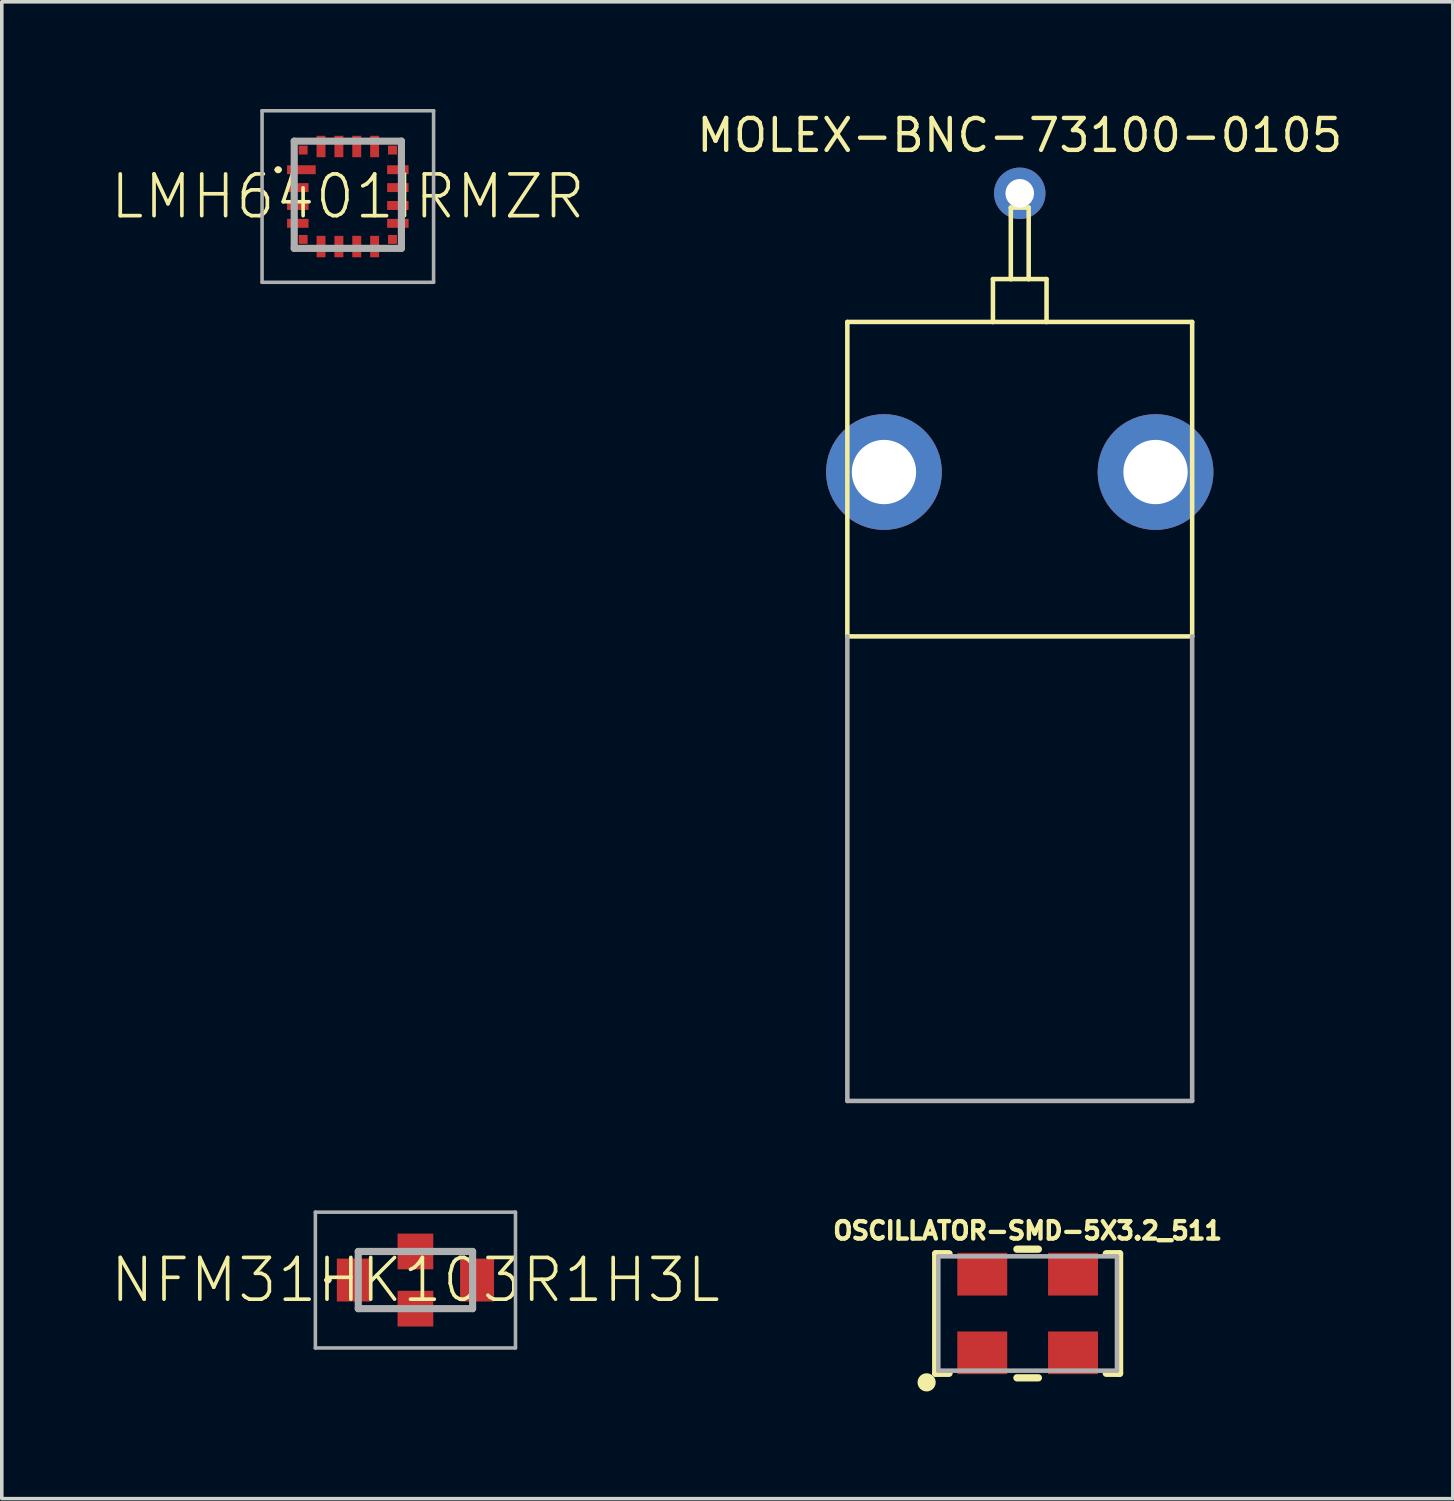
<source format=kicad_pcb>
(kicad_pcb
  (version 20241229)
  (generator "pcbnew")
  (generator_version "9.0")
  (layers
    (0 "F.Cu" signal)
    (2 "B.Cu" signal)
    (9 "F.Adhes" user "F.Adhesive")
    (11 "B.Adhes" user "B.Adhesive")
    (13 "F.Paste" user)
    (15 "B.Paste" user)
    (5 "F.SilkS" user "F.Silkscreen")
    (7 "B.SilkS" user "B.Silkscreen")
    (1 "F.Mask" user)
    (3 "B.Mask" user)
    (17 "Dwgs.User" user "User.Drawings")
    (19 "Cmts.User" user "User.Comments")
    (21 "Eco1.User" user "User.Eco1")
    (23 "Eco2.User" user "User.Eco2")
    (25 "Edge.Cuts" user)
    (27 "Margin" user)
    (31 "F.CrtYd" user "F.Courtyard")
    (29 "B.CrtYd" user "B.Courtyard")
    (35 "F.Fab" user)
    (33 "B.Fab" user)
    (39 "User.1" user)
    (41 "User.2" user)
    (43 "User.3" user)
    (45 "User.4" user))
  (footprint "NFM31HK103R1H3L"
    (layer "F.Cu")
    (at 8.576 32.773)
    (property "Reference" "NFM31HK103R1H3L" (at 0 0 0) (unlocked yes) (layer "F.SilkS") (effects (font (size 1.168 1.168) (thickness 0.102))))
    (fp_line (start -2.5 0) (end -2.5 0) (stroke (width 0.1) (type solid)) (layer "F.SilkS"))
    (fp_line (start -2.4 0) (end -2.4 0) (stroke (width 0.1) (type solid)) (layer "F.SilkS"))
    (fp_arc (start -2.5 0) (mid -2.45 -0.05) (end -2.4 0) (stroke (width 0.1) (type solid)) (layer "F.SilkS"))
    (fp_arc (start -2.4 0) (mid -2.45 0.05) (end -2.5 0) (stroke (width 0.1) (type solid)) (layer "F.SilkS"))
    (fp_line (start -2.8 -1.9) (end 2.8 -1.9) (stroke (width 0.1) (type solid)) (layer "F.Fab"))
    (fp_line (start -2.8 1.9) (end -2.8 -1.9) (stroke (width 0.1) (type solid)) (layer "F.Fab"))
    (fp_line (start -1.6 -0.8) (end 1.6 -0.8) (stroke (width 0.2) (type solid)) (layer "F.Fab"))
    (fp_line (start -1.6 0.8) (end -1.6 -0.8) (stroke (width 0.2) (type solid)) (layer "F.Fab"))
    (fp_line (start 1.6 -0.8) (end 1.6 0.8) (stroke (width 0.2) (type solid)) (layer "F.Fab"))
    (fp_line (start 1.6 0.8) (end -1.6 0.8) (stroke (width 0.2) (type solid)) (layer "F.Fab"))
    (fp_line (start 2.8 -1.9) (end 2.8 1.9) (stroke (width 0.1) (type solid)) (layer "F.Fab"))
    (fp_line (start 2.8 1.9) (end -2.8 1.9) (stroke (width 0.1) (type solid)) (layer "F.Fab"))
    (pad "1" smd rect (at -1.725 0 90) (size 1.2 0.95) (layers "F.Cu" "F.Mask" "F.Paste"))
    (pad "2" smd rect (at 0 0.8) (size 1 1) (layers "F.Cu" "F.Mask" "F.Paste"))
    (pad "3" smd rect (at 1.725 0 90) (size 1.2 0.95) (layers "F.Cu" "F.Mask" "F.Paste"))
    (pad "4" smd rect (at 0 -0.8) (size 1 1) (layers "F.Cu" "F.Mask" "F.Paste")))
  (footprint "OSCILLATOR-SMD-5X3.2_511"
    (layer "F.Cu")
    (at 25.709 33.709)
    (property "Reference" "OSCILLATOR-SMD-5X3.2_511" (at 0 -2.032 0) (unlocked yes) (layer "F.SilkS") (effects (font (size 0.488 0.488) (thickness 0.122)) (justify bottom)))
    (fp_line (start -2.573 -1.673) (end -2.573 1.673) (stroke (width 0.203) (type solid)) (layer "F.SilkS"))
    (fp_line (start -2.573 -1.673) (end -2.2 -1.673) (stroke (width 0.203) (type solid)) (layer "F.SilkS"))
    (fp_line (start -2.573 1.673) (end -2.2 1.673) (stroke (width 0.203) (type solid)) (layer "F.SilkS"))
    (fp_line (start -0.3 1.8) (end 0.3 1.8) (stroke (width 0.203) (type solid)) (layer "F.SilkS"))
    (fp_line (start 0.3 -1.8) (end -0.3 -1.8) (stroke (width 0.203) (type solid)) (layer "F.SilkS"))
    (fp_line (start 2.573 -1.673) (end 2.2 -1.673) (stroke (width 0.203) (type solid)) (layer "F.SilkS"))
    (fp_line (start 2.573 1.673) (end 2.2 1.673) (stroke (width 0.203) (type solid)) (layer "F.SilkS"))
    (fp_line (start 2.573 1.673) (end 2.573 -1.673) (stroke (width 0.203) (type solid)) (layer "F.SilkS"))
    (fp_circle (center -2.827 1.927) (end -2.7 1.927) (stroke (width 0.254) (type solid)) (fill yes) (layer "F.SilkS"))
    (fp_line (start -2.5 -1.6) (end -2.5 1.6) (stroke (width 0.127) (type solid)) (layer "F.Fab"))
    (fp_line (start -2.5 1.6) (end 2.5 1.6) (stroke (width 0.127) (type solid)) (layer "F.Fab"))
    (fp_line (start 2.5 -1.6) (end -2.5 -1.6) (stroke (width 0.127) (type solid)) (layer "F.Fab"))
    (fp_line (start 2.5 1.6) (end 2.5 -1.6) (stroke (width 0.127) (type solid)) (layer "F.Fab"))
    (pad "1" smd rect (at -1.27 1.1) (size 1.397 1.194) (layers "F.Cu" "F.Mask" "F.Paste"))
    (pad "2" smd rect (at 1.27 1.1) (size 1.397 1.194) (layers "F.Cu" "F.Mask" "F.Paste"))
    (pad "3" smd rect (at 1.27 -1.1) (size 1.397 1.194) (layers "F.Cu" "F.Mask" "F.Paste"))
    (pad "4" smd rect (at -1.27 -1.1) (size 1.397 1.194) (layers "F.Cu" "F.Mask" "F.Paste")))
  (footprint "MOLEX-BNC-73100-0105"
    (layer "F.Cu")
    (at 25.488 6.26)
    (property "Reference" "MOLEX-BNC-73100-0105" (at 0 -5 0) (unlocked yes) (layer "F.SilkS") (effects (font (size 0.894 0.894) (thickness 0.122)) (justify bottom)))
    (fp_line (start -4.825 -0.3) (end -4.825 8.5) (stroke (width 0.127) (type solid)) (layer "F.SilkS"))
    (fp_line (start -4.825 8.5) (end 4.825 8.5) (stroke (width 0.127) (type solid)) (layer "F.SilkS"))
    (fp_line (start -0.75 -1.5) (end -0.25 -1.5) (stroke (width 0.127) (type solid)) (layer "F.SilkS"))
    (fp_line (start -0.75 -0.3) (end -4.825 -0.3) (stroke (width 0.127) (type solid)) (layer "F.SilkS"))
    (fp_line (start -0.75 -0.3) (end -0.75 -1.5) (stroke (width 0.127) (type solid)) (layer "F.SilkS"))
    (fp_line (start -0.25 -3.5) (end 0.25 -3.5) (stroke (width 0.127) (type solid)) (layer "F.SilkS"))
    (fp_line (start -0.25 -1.5) (end -0.25 -3.5) (stroke (width 0.127) (type solid)) (layer "F.SilkS"))
    (fp_line (start -0.25 -1.5) (end 0.25 -1.5) (stroke (width 0.127) (type solid)) (layer "F.SilkS"))
    (fp_line (start 0.25 -3.5) (end 0.25 -1.5) (stroke (width 0.127) (type solid)) (layer "F.SilkS"))
    (fp_line (start 0.25 -1.5) (end 0.75 -1.5) (stroke (width 0.127) (type solid)) (layer "F.SilkS"))
    (fp_line (start 0.75 -1.5) (end 0.75 -0.3) (stroke (width 0.127) (type solid)) (layer "F.SilkS"))
    (fp_line (start 0.75 -0.3) (end -0.75 -0.3) (stroke (width 0.127) (type solid)) (layer "F.SilkS"))
    (fp_line (start 4.825 -0.3) (end 0.75 -0.3) (stroke (width 0.127) (type solid)) (layer "F.SilkS"))
    (fp_line (start 4.825 8.5) (end 4.825 -0.3) (stroke (width 0.127) (type solid)) (layer "F.SilkS"))
    (fp_line (start -4.825 21.5) (end -4.825 8.5) (stroke (width 0.127) (type solid)) (layer "F.Fab"))
    (fp_line (start -4.825 21.5) (end 4.825 21.5) (stroke (width 0.127) (type solid)) (layer "F.Fab"))
    (fp_line (start 4.825 8.5) (end 4.825 21.5) (stroke (width 0.127) (type solid)) (layer "F.Fab"))
    (pad "GND1" thru_hole circle (at -3.8 3.9) (size 3.24 3.24) (drill 1.8) (layers "*.Cu" "*.Mask"))
    (pad "GND2" thru_hole circle (at 3.8 3.9) (size 3.24 3.24) (drill 1.8) (layers "*.Cu" "*.Mask"))
    (pad "SIGNAL" thru_hole circle (at 0 -3.9) (size 1.44 1.44) (drill 0.8) (layers "*.Cu" "*.Mask")))
  (footprint "LMH6401IRMZR"
    (layer "F.Cu")
    (at 6.684 2.4)
    (property "Reference" "LMH6401IRMZR" (at 0 0.05 0) (unlocked yes) (layer "F.SilkS") (effects (font (size 1.168 1.168) (thickness 0.102))))
    (fp_line (start -2 -0.7) (end -2 -0.7) (stroke (width 0.1) (type solid)) (layer "F.SilkS"))
    (fp_line (start -1.9 -0.7) (end -1.9 -0.7) (stroke (width 0.1) (type solid)) (layer "F.SilkS"))
    (fp_arc (start -2 -0.7) (mid -1.95 -0.75) (end -1.9 -0.7) (stroke (width 0.1) (type solid)) (layer "F.SilkS"))
    (fp_arc (start -1.9 -0.7) (mid -1.95 -0.65) (end -2 -0.7) (stroke (width 0.1) (type solid)) (layer "F.SilkS"))
    (fp_line (start -2.4 -2.35) (end 2.4 -2.35) (stroke (width 0.1) (type solid)) (layer "F.Fab"))
    (fp_line (start -2.4 2.45) (end -2.4 -2.35) (stroke (width 0.1) (type solid)) (layer "F.Fab"))
    (fp_line (start -1.5 -1.5) (end 1.5 -1.5) (stroke (width 0.2) (type solid)) (layer "F.Fab"))
    (fp_line (start -1.5 1.5) (end -1.5 -1.5) (stroke (width 0.2) (type solid)) (layer "F.Fab"))
    (fp_line (start 1.5 -1.5) (end 1.5 1.5) (stroke (width 0.2) (type solid)) (layer "F.Fab"))
    (fp_line (start 1.5 1.5) (end -1.5 1.5) (stroke (width 0.2) (type solid)) (layer "F.Fab"))
    (fp_line (start 2.4 -2.35) (end 2.4 2.45) (stroke (width 0.1) (type solid)) (layer "F.Fab"))
    (fp_line (start 2.4 2.45) (end -2.4 2.45) (stroke (width 0.1) (type solid)) (layer "F.Fab"))
    (pad "1" smd rect (at -1.3 -0.7) (size 0.8 0.25) (layers "F.Cu" "F.Mask" "F.Paste"))
    (pad "2" smd rect (at -1.4 -0.2) (size 0.6 0.25) (layers "F.Cu" "F.Mask" "F.Paste"))
    (pad "3" smd rect (at -1.4 0.3) (size 0.6 0.25) (layers "F.Cu" "F.Mask" "F.Paste"))
    (pad "4" smd rect (at -1.4 0.8) (size 0.6 0.25) (layers "F.Cu" "F.Mask" "F.Paste"))
    (pad "5" smd rect (at -0.75 1.45 90) (size 0.6 0.25) (layers "F.Cu" "F.Mask" "F.Paste"))
    (pad "6" smd rect (at -0.25 1.45 90) (size 0.6 0.25) (layers "F.Cu" "F.Mask" "F.Paste"))
    (pad "7" smd rect (at 0.25 1.45 90) (size 0.6 0.25) (layers "F.Cu" "F.Mask" "F.Paste"))
    (pad "8" smd rect (at 0.75 1.45 90) (size 0.6 0.25) (layers "F.Cu" "F.Mask" "F.Paste"))
    (pad "9" smd rect (at 1.4 0.8) (size 0.6 0.25) (layers "F.Cu" "F.Mask" "F.Paste"))
    (pad "10" smd rect (at 1.4 0.3) (size 0.6 0.25) (layers "F.Cu" "F.Mask" "F.Paste"))
    (pad "11" smd rect (at 1.4 -0.2) (size 0.6 0.25) (layers "F.Cu" "F.Mask" "F.Paste"))
    (pad "12" smd rect (at 1.4 -0.7) (size 0.6 0.25) (layers "F.Cu" "F.Mask" "F.Paste"))
    (pad "13" smd rect (at 0.75 -1.35 90) (size 0.6 0.25) (layers "F.Cu" "F.Mask" "F.Paste"))
    (pad "14" smd rect (at 0.25 -1.35 90) (size 0.6 0.25) (layers "F.Cu" "F.Mask" "F.Paste"))
    (pad "15" smd rect (at -0.25 -1.35 90) (size 0.6 0.25) (layers "F.Cu" "F.Mask" "F.Paste"))
    (pad "16" smd rect (at -0.75 -1.35 90) (size 0.6 0.25) (layers "F.Cu" "F.Mask" "F.Paste"))
    (pad "17" smd rect (at -1.25 -1.25 90) (size 0.25 0.25) (layers "F.Cu" "F.Mask" "F.Paste"))
    (pad "18" smd rect (at -1.25 1.25 90) (size 0.25 0.25) (layers "F.Cu" "F.Mask" "F.Paste"))
    (pad "19" smd rect (at 1.25 1.25 90) (size 0.25 0.25) (layers "F.Cu" "F.Mask" "F.Paste"))
    (pad "20" smd rect (at 1.25 -1.25 90) (size 0.25 0.25) (layers "F.Cu" "F.Mask" "F.Paste")))
  (gr_rect
    (start -3 -3)
    (end 37.607 38.89)
    (stroke (width 0.1) (type default))
    (fill no)
    (layer "Edge.Cuts")))
</source>
